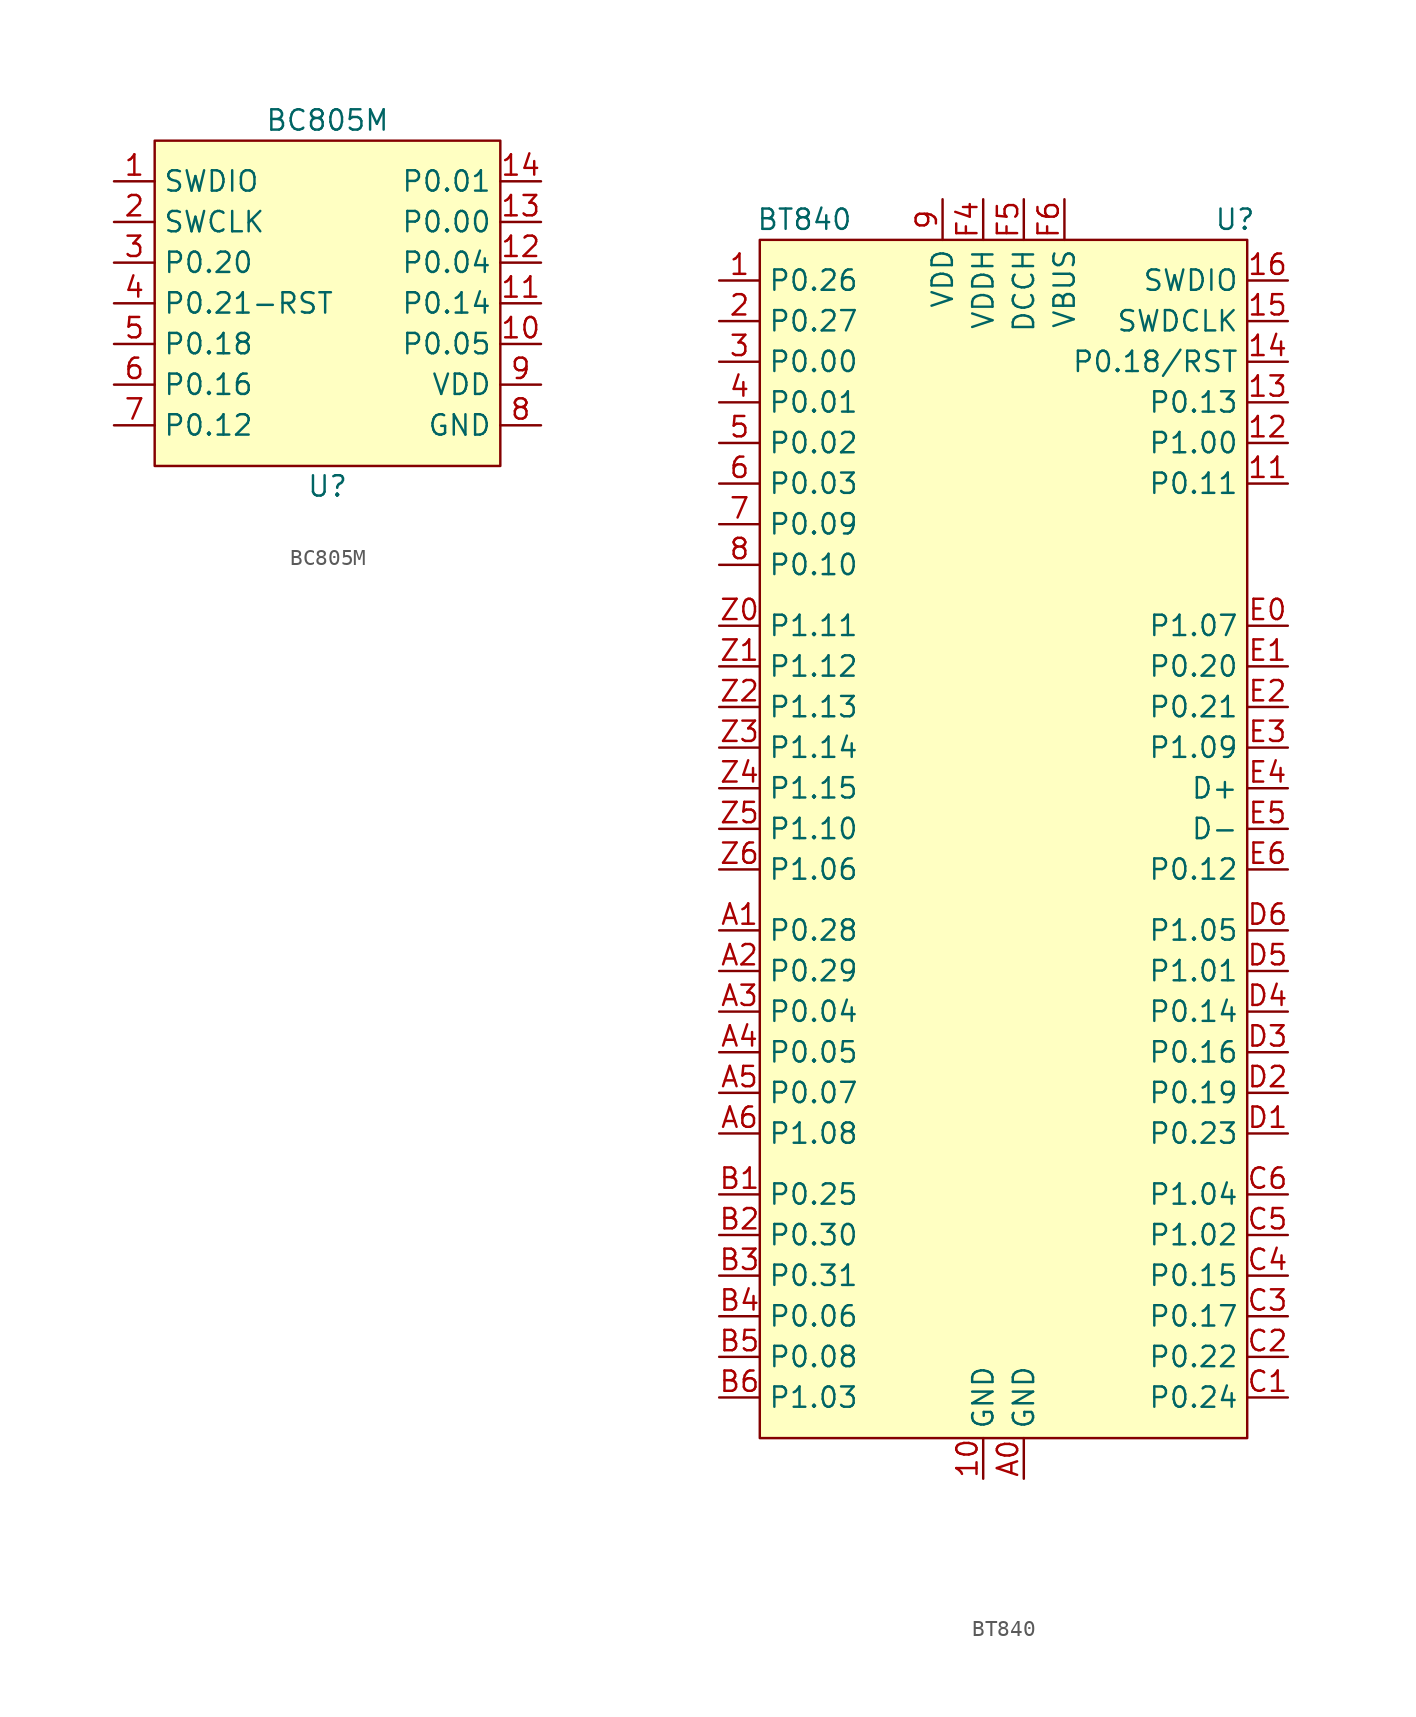
<source format=kicad_sym>
(kicad_symbol_lib
  (version 20231120)
  (generator "kicad_symbol_editor")
  (generator_version "8.0")
  (symbol "BC805M"
    (property "Reference" "U"
      (at 10.795 -1.27 0)
      (effects (font (size 1.27 1.27))))
    (property "Value" "BC805M"
      (at 10.795 21.59 0)
      (effects (font (size 1.27 1.27))))
    (symbol "BC805M_1_1"
      (rectangle (start 0 20.32) (end 21.59 0) (stroke (width 0) (type default)) (fill (type background)))
      (pin input line (at -2.54 17.78 0) (length 2.54) (name "SWDIO" (effects (font (size 1.27 1.27)))) (number "1" (effects (font (size 1.27 1.27)))))
      (pin bidirectional line (at 24.13 7.62 180) (length 2.54) (name "P0.05" (effects (font (size 1.27 1.27)))) (number "10" (effects (font (size 1.27 1.27)))))
      (pin bidirectional line (at 24.13 10.16 180) (length 2.54) (name "P0.14" (effects (font (size 1.27 1.27)))) (number "11" (effects (font (size 1.27 1.27)))))
      (pin bidirectional line (at 24.13 12.7 180) (length 2.54) (name "P0.04" (effects (font (size 1.27 1.27)))) (number "12" (effects (font (size 1.27 1.27)))))
      (pin bidirectional line (at 24.13 15.24 180) (length 2.54) (name "P0.00" (effects (font (size 1.27 1.27)))) (number "13" (effects (font (size 1.27 1.27)))))
      (pin bidirectional line (at 24.13 17.78 180) (length 2.54) (name "P0.01" (effects (font (size 1.27 1.27)))) (number "14" (effects (font (size 1.27 1.27)))))
      (pin input line (at -2.54 15.24 0) (length 2.54) (name "SWCLK" (effects (font (size 1.27 1.27)))) (number "2" (effects (font (size 1.27 1.27)))))
      (pin bidirectional line (at -2.54 12.7 0) (length 2.54) (name "P0.20" (effects (font (size 1.27 1.27)))) (number "3" (effects (font (size 1.27 1.27)))))
      (pin bidirectional line (at -2.54 10.16 0) (length 2.54) (name "P0.21-RST" (effects (font (size 1.27 1.27)))) (number "4" (effects (font (size 1.27 1.27)))))
      (pin bidirectional line (at -2.54 7.62 0) (length 2.54) (name "P0.18" (effects (font (size 1.27 1.27)))) (number "5" (effects (font (size 1.27 1.27)))))
      (pin bidirectional line (at -2.54 5.08 0) (length 2.54) (name "P0.16" (effects (font (size 1.27 1.27)))) (number "6" (effects (font (size 1.27 1.27)))))
      (pin bidirectional line (at -2.54 2.54 0) (length 2.54) (name "P0.12" (effects (font (size 1.27 1.27)))) (number "7" (effects (font (size 1.27 1.27)))))
      (pin power_in line (at 24.13 2.54 180) (length 2.54) (name "GND" (effects (font (size 1.27 1.27)))) (number "8" (effects (font (size 1.27 1.27)))))
      (pin power_in line (at 24.13 5.08 180) (length 2.54) (name "VDD" (effects (font (size 1.27 1.27)))) (number "9" (effects (font (size 1.27 1.27)))))))
  (symbol "BT840"
    (property "Reference" "U"
      (at 14.478 38.1 0)
      (effects (font (size 1.27 1.27))))
    (property "Value" "BT840"
      (at -12.446 38.1 0)
      (effects (font (size 1.27 1.27))))
    (symbol "BT840_1_1"
      (rectangle (start -15.24 36.83) (end 15.24 -38.1) (stroke (width 0) (type default)) (fill (type background)))
      (pin bidirectional line (at -17.78 34.29 0) (length 2.54) (name "P0.26" (effects (font (size 1.27 1.27)))) (number "1" (effects (font (size 1.27 1.27)))))
      (pin power_in line (at -1.27 -40.64 90) (length 2.54) (name "GND" (effects (font (size 1.27 1.27)))) (number "10" (effects (font (size 1.27 1.27)))))
      (pin bidirectional line (at 17.78 21.59 180) (length 2.54) (name "P0.11" (effects (font (size 1.27 1.27)))) (number "11" (effects (font (size 1.27 1.27)))))
      (pin bidirectional line (at 17.78 24.13 180) (length 2.54) (name "P1.00" (effects (font (size 1.27 1.27)))) (number "12" (effects (font (size 1.27 1.27)))))
      (pin bidirectional line (at 17.78 26.67 180) (length 2.54) (name "P0.13" (effects (font (size 1.27 1.27)))) (number "13" (effects (font (size 1.27 1.27)))))
      (pin bidirectional line (at 17.78 29.21 180) (length 2.54) (name "P0.18/RST" (effects (font (size 1.27 1.27)))) (number "14" (effects (font (size 1.27 1.27)))))
      (pin input line (at 17.78 31.75 180) (length 2.54) (name "SWDCLK" (effects (font (size 1.27 1.27)))) (number "15" (effects (font (size 1.27 1.27)))))
      (pin bidirectional line (at 17.78 34.29 180) (length 2.54) (name "SWDIO" (effects (font (size 1.27 1.27)))) (number "16" (effects (font (size 1.27 1.27)))))
      (pin bidirectional line (at -17.78 31.75 0) (length 2.54) (name "P0.27" (effects (font (size 1.27 1.27)))) (number "2" (effects (font (size 1.27 1.27)))))
      (pin bidirectional line (at -17.78 29.21 0) (length 2.54) (name "P0.00" (effects (font (size 1.27 1.27)))) (number "3" (effects (font (size 1.27 1.27)))))
      (pin bidirectional line (at -17.78 26.67 0) (length 2.54) (name "P0.01" (effects (font (size 1.27 1.27)))) (number "4" (effects (font (size 1.27 1.27)))))
      (pin bidirectional line (at -17.78 24.13 0) (length 2.54) (name "P0.02" (effects (font (size 1.27 1.27)))) (number "5" (effects (font (size 1.27 1.27)))))
      (pin bidirectional line (at -17.78 21.59 0) (length 2.54) (name "P0.03" (effects (font (size 1.27 1.27)))) (number "6" (effects (font (size 1.27 1.27)))))
      (pin bidirectional line (at -17.78 19.05 0) (length 2.54) (name "P0.09" (effects (font (size 1.27 1.27)))) (number "7" (effects (font (size 1.27 1.27)))))
      (pin bidirectional line (at -17.78 16.51 0) (length 2.54) (name "P0.10" (effects (font (size 1.27 1.27)))) (number "8" (effects (font (size 1.27 1.27)))))
      (pin power_in line (at -3.81 39.37 270) (length 2.54) (name "VDD" (effects (font (size 1.27 1.27)))) (number "9" (effects (font (size 1.27 1.27)))))
      (pin power_in line (at 1.27 -40.64 90) (length 2.54) (name "GND" (effects (font (size 1.27 1.27)))) (number "A0" (effects (font (size 1.27 1.27)))))
      (pin bidirectional line (at -17.78 -6.35 0) (length 2.54) (name "P0.28" (effects (font (size 1.27 1.27)))) (number "A1" (effects (font (size 1.27 1.27)))))
      (pin bidirectional line (at -17.78 -8.89 0) (length 2.54) (name "P0.29" (effects (font (size 1.27 1.27)))) (number "A2" (effects (font (size 1.27 1.27)))))
      (pin bidirectional line (at -17.78 -11.43 0) (length 2.54) (name "P0.04" (effects (font (size 1.27 1.27)))) (number "A3" (effects (font (size 1.27 1.27)))))
      (pin bidirectional line (at -17.78 -13.97 0) (length 2.54) (name "P0.05" (effects (font (size 1.27 1.27)))) (number "A4" (effects (font (size 1.27 1.27)))))
      (pin bidirectional line (at -17.78 -16.51 0) (length 2.54) (name "P0.07" (effects (font (size 1.27 1.27)))) (number "A5" (effects (font (size 1.27 1.27)))))
      (pin bidirectional line (at -17.78 -19.05 0) (length 2.54) (name "P1.08" (effects (font (size 1.27 1.27)))) (number "A6" (effects (font (size 1.27 1.27)))))
      (pin power_in line (at 1.27 -40.64 90) (length 2.54) hide (name "GND" (effects (font (size 1.27 1.27)))) (number "B0" (effects (font (size 1.27 1.27)))))
      (pin bidirectional line (at -17.78 -22.86 0) (length 2.54) (name "P0.25" (effects (font (size 1.27 1.27)))) (number "B1" (effects (font (size 1.27 1.27)))))
      (pin bidirectional line (at -17.78 -25.4 0) (length 2.54) (name "P0.30" (effects (font (size 1.27 1.27)))) (number "B2" (effects (font (size 1.27 1.27)))))
      (pin bidirectional line (at -17.78 -27.94 0) (length 2.54) (name "P0.31" (effects (font (size 1.27 1.27)))) (number "B3" (effects (font (size 1.27 1.27)))))
      (pin bidirectional line (at -17.78 -30.48 0) (length 2.54) (name "P0.06" (effects (font (size 1.27 1.27)))) (number "B4" (effects (font (size 1.27 1.27)))))
      (pin bidirectional line (at -17.78 -33.02 0) (length 2.54) (name "P0.08" (effects (font (size 1.27 1.27)))) (number "B5" (effects (font (size 1.27 1.27)))))
      (pin bidirectional line (at -17.78 -35.56 0) (length 2.54) (name "P1.03" (effects (font (size 1.27 1.27)))) (number "B6" (effects (font (size 1.27 1.27)))))
      (pin power_in line (at 1.27 -40.64 90) (length 2.54) hide (name "GND" (effects (font (size 1.27 1.27)))) (number "C0" (effects (font (size 1.27 1.27)))))
      (pin bidirectional line (at 17.78 -35.56 180) (length 2.54) (name "P0.24" (effects (font (size 1.27 1.27)))) (number "C1" (effects (font (size 1.27 1.27)))))
      (pin bidirectional line (at 17.78 -33.02 180) (length 2.54) (name "P0.22" (effects (font (size 1.27 1.27)))) (number "C2" (effects (font (size 1.27 1.27)))))
      (pin bidirectional line (at 17.78 -30.48 180) (length 2.54) (name "P0.17" (effects (font (size 1.27 1.27)))) (number "C3" (effects (font (size 1.27 1.27)))))
      (pin bidirectional line (at 17.78 -27.94 180) (length 2.54) (name "P0.15" (effects (font (size 1.27 1.27)))) (number "C4" (effects (font (size 1.27 1.27)))))
      (pin bidirectional line (at 17.78 -25.4 180) (length 2.54) (name "P1.02" (effects (font (size 1.27 1.27)))) (number "C5" (effects (font (size 1.27 1.27)))))
      (pin bidirectional line (at 17.78 -22.86 180) (length 2.54) (name "P1.04" (effects (font (size 1.27 1.27)))) (number "C6" (effects (font (size 1.27 1.27)))))
      (pin power_in line (at 1.27 -40.64 90) (length 2.54) hide (name "GND" (effects (font (size 1.27 1.27)))) (number "D0" (effects (font (size 1.27 1.27)))))
      (pin bidirectional line (at 17.78 -19.05 180) (length 2.54) (name "P0.23" (effects (font (size 1.27 1.27)))) (number "D1" (effects (font (size 1.27 1.27)))))
      (pin bidirectional line (at 17.78 -16.51 180) (length 2.54) (name "P0.19" (effects (font (size 1.27 1.27)))) (number "D2" (effects (font (size 1.27 1.27)))))
      (pin bidirectional line (at 17.78 -13.97 180) (length 2.54) (name "P0.16" (effects (font (size 1.27 1.27)))) (number "D3" (effects (font (size 1.27 1.27)))))
      (pin bidirectional line (at 17.78 -11.43 180) (length 2.54) (name "P0.14" (effects (font (size 1.27 1.27)))) (number "D4" (effects (font (size 1.27 1.27)))))
      (pin bidirectional line (at 17.78 -8.89 180) (length 2.54) (name "P1.01" (effects (font (size 1.27 1.27)))) (number "D5" (effects (font (size 1.27 1.27)))))
      (pin bidirectional line (at 17.78 -6.35 180) (length 2.54) (name "P1.05" (effects (font (size 1.27 1.27)))) (number "D6" (effects (font (size 1.27 1.27)))))
      (pin bidirectional line (at 17.78 12.7 180) (length 2.54) (name "P1.07" (effects (font (size 1.27 1.27)))) (number "E0" (effects (font (size 1.27 1.27)))))
      (pin bidirectional line (at 17.78 10.16 180) (length 2.54) (name "P0.20" (effects (font (size 1.27 1.27)))) (number "E1" (effects (font (size 1.27 1.27)))))
      (pin bidirectional line (at 17.78 7.62 180) (length 2.54) (name "P0.21" (effects (font (size 1.27 1.27)))) (number "E2" (effects (font (size 1.27 1.27)))))
      (pin bidirectional line (at 17.78 5.08 180) (length 2.54) (name "P1.09" (effects (font (size 1.27 1.27)))) (number "E3" (effects (font (size 1.27 1.27)))))
      (pin bidirectional line (at 17.78 2.54 180) (length 2.54) (name "D+" (effects (font (size 1.27 1.27)))) (number "E4" (effects (font (size 1.27 1.27)))))
      (pin bidirectional line (at 17.78 0 180) (length 2.54) (name "D-" (effects (font (size 1.27 1.27)))) (number "E5" (effects (font (size 1.27 1.27)))))
      (pin bidirectional line (at 17.78 -2.54 180) (length 2.54) (name "P0.12" (effects (font (size 1.27 1.27)))) (number "E6" (effects (font (size 1.27 1.27)))))
      (pin power_in line (at 1.27 -40.64 90) (length 2.54) hide (name "GND" (effects (font (size 1.27 1.27)))) (number "F0" (effects (font (size 1.27 1.27)))))
      (pin power_in line (at 1.27 -40.64 90) (length 2.54) hide (name "GND" (effects (font (size 1.27 1.27)))) (number "F1" (effects (font (size 1.27 1.27)))))
      (pin power_in line (at 1.27 -40.64 90) (length 2.54) hide (name "GND" (effects (font (size 1.27 1.27)))) (number "F2" (effects (font (size 1.27 1.27)))))
      (pin power_in line (at 1.27 -40.64 90) (length 2.54) hide (name "GND" (effects (font (size 1.27 1.27)))) (number "F3" (effects (font (size 1.27 1.27)))))
      (pin power_in line (at -1.27 39.37 270) (length 2.54) (name "VDDH" (effects (font (size 1.27 1.27)))) (number "F4" (effects (font (size 1.27 1.27)))))
      (pin power_in line (at 1.27 39.37 270) (length 2.54) (name "DCCH" (effects (font (size 1.27 1.27)))) (number "F5" (effects (font (size 1.27 1.27)))))
      (pin power_in line (at 3.81 39.37 270) (length 2.54) (name "VBUS" (effects (font (size 1.27 1.27)))) (number "F6" (effects (font (size 1.27 1.27)))))
      (pin bidirectional line (at -17.78 12.7 0) (length 2.54) (name "P1.11" (effects (font (size 1.27 1.27)))) (number "Z0" (effects (font (size 1.27 1.27)))))
      (pin bidirectional line (at -17.78 10.16 0) (length 2.54) (name "P1.12" (effects (font (size 1.27 1.27)))) (number "Z1" (effects (font (size 1.27 1.27)))))
      (pin bidirectional line (at -17.78 7.62 0) (length 2.54) (name "P1.13" (effects (font (size 1.27 1.27)))) (number "Z2" (effects (font (size 1.27 1.27)))))
      (pin bidirectional line (at -17.78 5.08 0) (length 2.54) (name "P1.14" (effects (font (size 1.27 1.27)))) (number "Z3" (effects (font (size 1.27 1.27)))))
      (pin bidirectional line (at -17.78 2.54 0) (length 2.54) (name "P1.15" (effects (font (size 1.27 1.27)))) (number "Z4" (effects (font (size 1.27 1.27)))))
      (pin bidirectional line (at -17.78 0 0) (length 2.54) (name "P1.10" (effects (font (size 1.27 1.27)))) (number "Z5" (effects (font (size 1.27 1.27)))))
      (pin bidirectional line (at -17.78 -2.54 0) (length 2.54) (name "P1.06" (effects (font (size 1.27 1.27)))) (number "Z6" (effects (font (size 1.27 1.27))))))))
</source>
